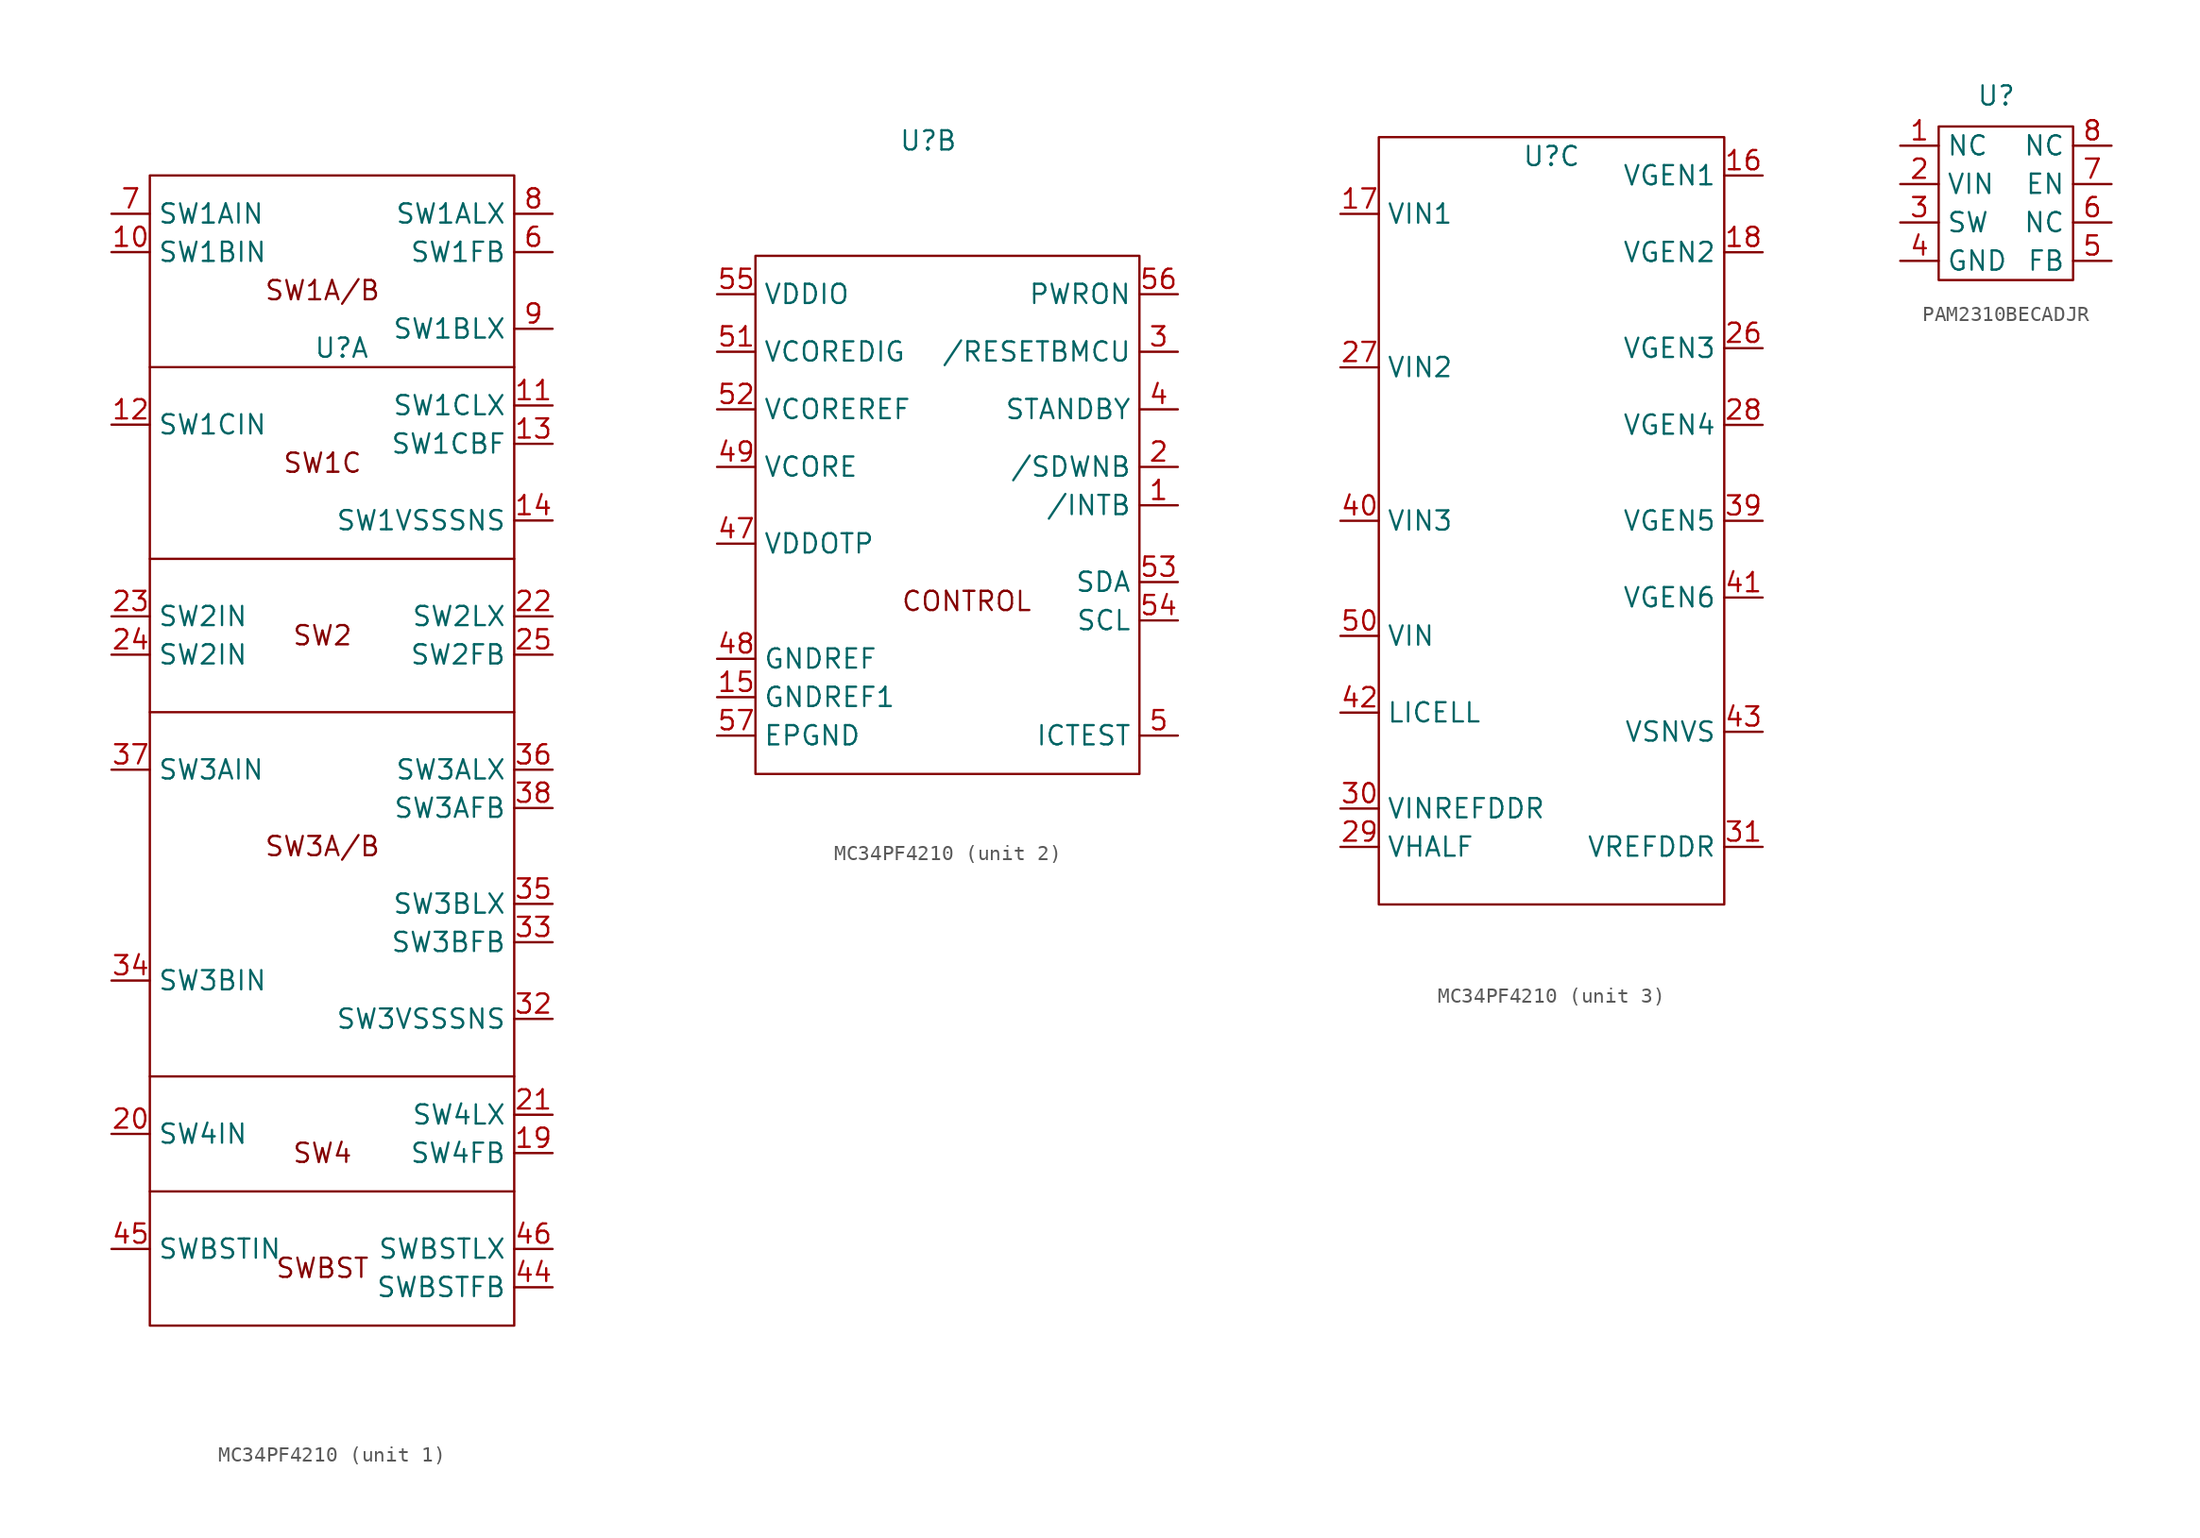
<source format=kicad_sym>
(kicad_symbol_lib
  (version 20231120)
  (generator "kicad_symbol_editor")
  (generator_version "8.0")
  (symbol "MC34PF4210"
    (property "Reference" "U"
      (at 1.27 21.59 0)
      (effects (font (size 1.27 1.27))))
    (property "Value" ""
      (at 7.62 -2.54 0)
      (effects (font (size 1.27 1.27))))
    (property "ki_locked" ""
      (at 0 0 0)
      (effects (font (size 1.27 1.27))))
    (symbol "MC34PF4210_1_1"
      (rectangle (start -11.43 33.02) (end 12.7 -43.18) (stroke (width 0) (type default)) (fill (type none)))
      (polyline (pts (xy -11.43 -34.29) (xy 12.7 -34.29)) (stroke (width 0) (type default)) (fill (type none)))
      (polyline (pts (xy -11.43 -26.67) (xy 12.7 -26.67)) (stroke (width 0) (type default)) (fill (type none)))
      (polyline (pts (xy -11.43 -2.54) (xy 12.7 -2.54)) (stroke (width 0) (type default)) (fill (type none)))
      (polyline (pts (xy -11.43 7.62) (xy 12.7 7.62)) (stroke (width 0) (type default)) (fill (type none)))
      (polyline (pts (xy -11.43 20.32) (xy 12.7 20.32)) (stroke (width 0) (type default)) (fill (type none)))
      (text "SW1A/B" (at 0 25.4 0) (effects (font (size 1.27 1.27))))
      (text "SW1C" (at 0 13.97 0) (effects (font (size 1.27 1.27))))
      (text "SW2" (at 0 2.54 0) (effects (font (size 1.27 1.27))))
      (text "SW3A/B" (at 0 -11.43 0) (effects (font (size 1.27 1.27))))
      (text "SW4" (at 0 -31.75 0) (effects (font (size 1.27 1.27))))
      (text "SWBST" (at 0 -39.37 0) (effects (font (size 1.27 1.27))))
      (pin input line (at -13.97 27.94 0) (length 2.54) (name "SW1BIN" (effects (font (size 1.27 1.27)))) (number "10" (effects (font (size 1.27 1.27)))))
      (pin input line (at 15.24 17.78 180) (length 2.54) (name "SW1CLX" (effects (font (size 1.27 1.27)))) (number "11" (effects (font (size 1.27 1.27)))))
      (pin input line (at -13.97 16.51 0) (length 2.54) (name "SW1CIN" (effects (font (size 1.27 1.27)))) (number "12" (effects (font (size 1.27 1.27)))))
      (pin input line (at 15.24 15.24 180) (length 2.54) (name "SW1CBF" (effects (font (size 1.27 1.27)))) (number "13" (effects (font (size 1.27 1.27)))))
      (pin input line (at 15.24 10.16 180) (length 2.54) (name "SW1VSSSNS" (effects (font (size 1.27 1.27)))) (number "14" (effects (font (size 1.27 1.27)))))
      (pin input line (at 15.24 -31.75 180) (length 2.54) (name "SW4FB" (effects (font (size 1.27 1.27)))) (number "19" (effects (font (size 1.27 1.27)))))
      (pin input line (at -13.97 -30.48 0) (length 2.54) (name "SW4IN" (effects (font (size 1.27 1.27)))) (number "20" (effects (font (size 1.27 1.27)))))
      (pin input line (at 15.24 -29.21 180) (length 2.54) (name "SW4LX" (effects (font (size 1.27 1.27)))) (number "21" (effects (font (size 1.27 1.27)))))
      (pin input line (at 15.24 3.81 180) (length 2.54) (name "SW2LX" (effects (font (size 1.27 1.27)))) (number "22" (effects (font (size 1.27 1.27)))))
      (pin input line (at -13.97 3.81 0) (length 2.54) (name "SW2IN" (effects (font (size 1.27 1.27)))) (number "23" (effects (font (size 1.27 1.27)))))
      (pin input line (at -13.97 1.27 0) (length 2.54) (name "SW2IN" (effects (font (size 1.27 1.27)))) (number "24" (effects (font (size 1.27 1.27)))))
      (pin input line (at 15.24 1.27 180) (length 2.54) (name "SW2FB" (effects (font (size 1.27 1.27)))) (number "25" (effects (font (size 1.27 1.27)))))
      (pin input line (at 15.24 -22.86 180) (length 2.54) (name "SW3VSSSNS" (effects (font (size 1.27 1.27)))) (number "32" (effects (font (size 1.27 1.27)))))
      (pin input line (at 15.24 -17.78 180) (length 2.54) (name "SW3BFB" (effects (font (size 1.27 1.27)))) (number "33" (effects (font (size 1.27 1.27)))))
      (pin input line (at -13.97 -20.32 0) (length 2.54) (name "SW3BIN" (effects (font (size 1.27 1.27)))) (number "34" (effects (font (size 1.27 1.27)))))
      (pin input line (at 15.24 -15.24 180) (length 2.54) (name "SW3BLX" (effects (font (size 1.27 1.27)))) (number "35" (effects (font (size 1.27 1.27)))))
      (pin input line (at 15.24 -6.35 180) (length 2.54) (name "SW3ALX" (effects (font (size 1.27 1.27)))) (number "36" (effects (font (size 1.27 1.27)))))
      (pin input line (at -13.97 -6.35 0) (length 2.54) (name "SW3AIN" (effects (font (size 1.27 1.27)))) (number "37" (effects (font (size 1.27 1.27)))))
      (pin input line (at 15.24 -8.89 180) (length 2.54) (name "SW3AFB" (effects (font (size 1.27 1.27)))) (number "38" (effects (font (size 1.27 1.27)))))
      (pin input line (at 15.24 -40.64 180) (length 2.54) (name "SWBSTFB" (effects (font (size 1.27 1.27)))) (number "44" (effects (font (size 1.27 1.27)))))
      (pin input line (at -13.97 -38.1 0) (length 2.54) (name "SWBSTIN" (effects (font (size 1.27 1.27)))) (number "45" (effects (font (size 1.27 1.27)))))
      (pin input line (at 15.24 -38.1 180) (length 2.54) (name "SWBSTLX" (effects (font (size 1.27 1.27)))) (number "46" (effects (font (size 1.27 1.27)))))
      (pin input line (at 15.24 27.94 180) (length 2.54) (name "SW1FB" (effects (font (size 1.27 1.27)))) (number "6" (effects (font (size 1.27 1.27)))))
      (pin input line (at -13.97 30.48 0) (length 2.54) (name "SW1AIN" (effects (font (size 1.27 1.27)))) (number "7" (effects (font (size 1.27 1.27)))))
      (pin input line (at 15.24 30.48 180) (length 2.54) (name "SW1ALX" (effects (font (size 1.27 1.27)))) (number "8" (effects (font (size 1.27 1.27)))))
      (pin input line (at 15.24 22.86 180) (length 2.54) (name "SW1BLX" (effects (font (size 1.27 1.27)))) (number "9" (effects (font (size 1.27 1.27))))))
    (symbol "MC34PF4210_2_1"
      (rectangle (start -10.16 13.97) (end 15.24 -20.32) (stroke (width 0) (type default)) (fill (type none)))
      (text "CONTROL" (at 3.81 -8.89 0) (effects (font (size 1.27 1.27))))
      (pin input line (at 17.78 -2.54 180) (length 2.54) (name "/INTB" (effects (font (size 1.27 1.27)))) (number "1" (effects (font (size 1.27 1.27)))))
      (pin input line (at -12.7 -15.24 0) (length 2.54) (name "GNDREF1" (effects (font (size 1.27 1.27)))) (number "15" (effects (font (size 1.27 1.27)))))
      (pin input line (at 17.78 0 180) (length 2.54) (name "/SDWNB" (effects (font (size 1.27 1.27)))) (number "2" (effects (font (size 1.27 1.27)))))
      (pin input line (at 17.78 7.62 180) (length 2.54) (name "/RESETBMCU" (effects (font (size 1.27 1.27)))) (number "3" (effects (font (size 1.27 1.27)))))
      (pin input line (at 17.78 3.81 180) (length 2.54) (name "STANDBY" (effects (font (size 1.27 1.27)))) (number "4" (effects (font (size 1.27 1.27)))))
      (pin input line (at -12.7 -5.08 0) (length 2.54) (name "VDDOTP" (effects (font (size 1.27 1.27)))) (number "47" (effects (font (size 1.27 1.27)))))
      (pin input line (at -12.7 -12.7 0) (length 2.54) (name "GNDREF" (effects (font (size 1.27 1.27)))) (number "48" (effects (font (size 1.27 1.27)))))
      (pin input line (at -12.7 0 0) (length 2.54) (name "VCORE" (effects (font (size 1.27 1.27)))) (number "49" (effects (font (size 1.27 1.27)))))
      (pin input line (at 17.78 -17.78 180) (length 2.54) (name "ICTEST" (effects (font (size 1.27 1.27)))) (number "5" (effects (font (size 1.27 1.27)))))
      (pin input line (at -12.7 7.62 0) (length 2.54) (name "VCOREDIG" (effects (font (size 1.27 1.27)))) (number "51" (effects (font (size 1.27 1.27)))))
      (pin input line (at -12.7 3.81 0) (length 2.54) (name "VCOREREF" (effects (font (size 1.27 1.27)))) (number "52" (effects (font (size 1.27 1.27)))))
      (pin input line (at 17.78 -7.62 180) (length 2.54) (name "SDA" (effects (font (size 1.27 1.27)))) (number "53" (effects (font (size 1.27 1.27)))))
      (pin input line (at 17.78 -10.16 180) (length 2.54) (name "SCL" (effects (font (size 1.27 1.27)))) (number "54" (effects (font (size 1.27 1.27)))))
      (pin input line (at -12.7 11.43 0) (length 2.54) (name "VDDIO" (effects (font (size 1.27 1.27)))) (number "55" (effects (font (size 1.27 1.27)))))
      (pin input line (at 17.78 11.43 180) (length 2.54) (name "PWRON" (effects (font (size 1.27 1.27)))) (number "56" (effects (font (size 1.27 1.27)))))
      (pin input line (at -12.7 -17.78 0) (length 2.54) (name "EPGND" (effects (font (size 1.27 1.27)))) (number "57" (effects (font (size 1.27 1.27))))))
    (symbol "MC34PF4210_3_1"
      (rectangle (start -10.16 22.86) (end 12.7 -27.94) (stroke (width 0) (type default)) (fill (type none)))
      (pin input line (at 15.24 20.32 180) (length 2.54) (name "VGEN1" (effects (font (size 1.27 1.27)))) (number "16" (effects (font (size 1.27 1.27)))))
      (pin input line (at -12.7 17.78 0) (length 2.54) (name "VIN1" (effects (font (size 1.27 1.27)))) (number "17" (effects (font (size 1.27 1.27)))))
      (pin input line (at 15.24 15.24 180) (length 2.54) (name "VGEN2" (effects (font (size 1.27 1.27)))) (number "18" (effects (font (size 1.27 1.27)))))
      (pin input line (at 15.24 8.89 180) (length 2.54) (name "VGEN3" (effects (font (size 1.27 1.27)))) (number "26" (effects (font (size 1.27 1.27)))))
      (pin input line (at -12.7 7.62 0) (length 2.54) (name "VIN2" (effects (font (size 1.27 1.27)))) (number "27" (effects (font (size 1.27 1.27)))))
      (pin input line (at 15.24 3.81 180) (length 2.54) (name "VGEN4" (effects (font (size 1.27 1.27)))) (number "28" (effects (font (size 1.27 1.27)))))
      (pin input line (at -12.7 -24.13 0) (length 2.54) (name "VHALF" (effects (font (size 1.27 1.27)))) (number "29" (effects (font (size 1.27 1.27)))))
      (pin input line (at -12.7 -21.59 0) (length 2.54) (name "VINREFDDR" (effects (font (size 1.27 1.27)))) (number "30" (effects (font (size 1.27 1.27)))))
      (pin input line (at 15.24 -24.13 180) (length 2.54) (name "VREFDDR" (effects (font (size 1.27 1.27)))) (number "31" (effects (font (size 1.27 1.27)))))
      (pin input line (at 15.24 -2.54 180) (length 2.54) (name "VGEN5" (effects (font (size 1.27 1.27)))) (number "39" (effects (font (size 1.27 1.27)))))
      (pin input line (at -12.7 -2.54 0) (length 2.54) (name "VIN3" (effects (font (size 1.27 1.27)))) (number "40" (effects (font (size 1.27 1.27)))))
      (pin input line (at 15.24 -7.62 180) (length 2.54) (name "VGEN6" (effects (font (size 1.27 1.27)))) (number "41" (effects (font (size 1.27 1.27)))))
      (pin input line (at -12.7 -15.24 0) (length 2.54) (name "LICELL" (effects (font (size 1.27 1.27)))) (number "42" (effects (font (size 1.27 1.27)))))
      (pin input line (at 15.24 -16.51 180) (length 2.54) (name "VSNVS" (effects (font (size 1.27 1.27)))) (number "43" (effects (font (size 1.27 1.27)))))
      (pin input line (at -12.7 -10.16 0) (length 2.54) (name "VIN" (effects (font (size 1.27 1.27)))) (number "50" (effects (font (size 1.27 1.27)))))))
  (symbol "PAM2310BECADJR"
    (property "Reference" "U"
      (at 0 2.032 0)
      (effects (font (size 1.27 1.27))))
    (property "Value" ""
      (at 0 0 0)
      (effects (font (size 1.27 1.27))))
    (symbol "PAM2310BECADJR_0_1"
      (rectangle (start -3.81 0) (end 5.08 -10.16) (stroke (width 0) (type default)) (fill (type none))))
    (symbol "PAM2310BECADJR_1_1"
      (pin input line (at -6.35 -1.27 0) (length 2.54) (name "NC" (effects (font (size 1.27 1.27)))) (number "1" (effects (font (size 1.27 1.27)))))
      (pin input line (at -6.35 -3.81 0) (length 2.54) (name "VIN" (effects (font (size 1.27 1.27)))) (number "2" (effects (font (size 1.27 1.27)))))
      (pin input line (at -6.35 -6.35 0) (length 2.54) (name "SW" (effects (font (size 1.27 1.27)))) (number "3" (effects (font (size 1.27 1.27)))))
      (pin input line (at -6.35 -8.89 0) (length 2.54) (name "GND" (effects (font (size 1.27 1.27)))) (number "4" (effects (font (size 1.27 1.27)))))
      (pin input line (at 7.62 -8.89 180) (length 2.54) (name "FB" (effects (font (size 1.27 1.27)))) (number "5" (effects (font (size 1.27 1.27)))))
      (pin input line (at 7.62 -6.35 180) (length 2.54) (name "NC" (effects (font (size 1.27 1.27)))) (number "6" (effects (font (size 1.27 1.27)))))
      (pin input line (at 7.62 -3.81 180) (length 2.54) (name "EN" (effects (font (size 1.27 1.27)))) (number "7" (effects (font (size 1.27 1.27)))))
      (pin input line (at 7.62 -1.27 180) (length 2.54) (name "NC" (effects (font (size 1.27 1.27)))) (number "8" (effects (font (size 1.27 1.27))))))))
</source>
